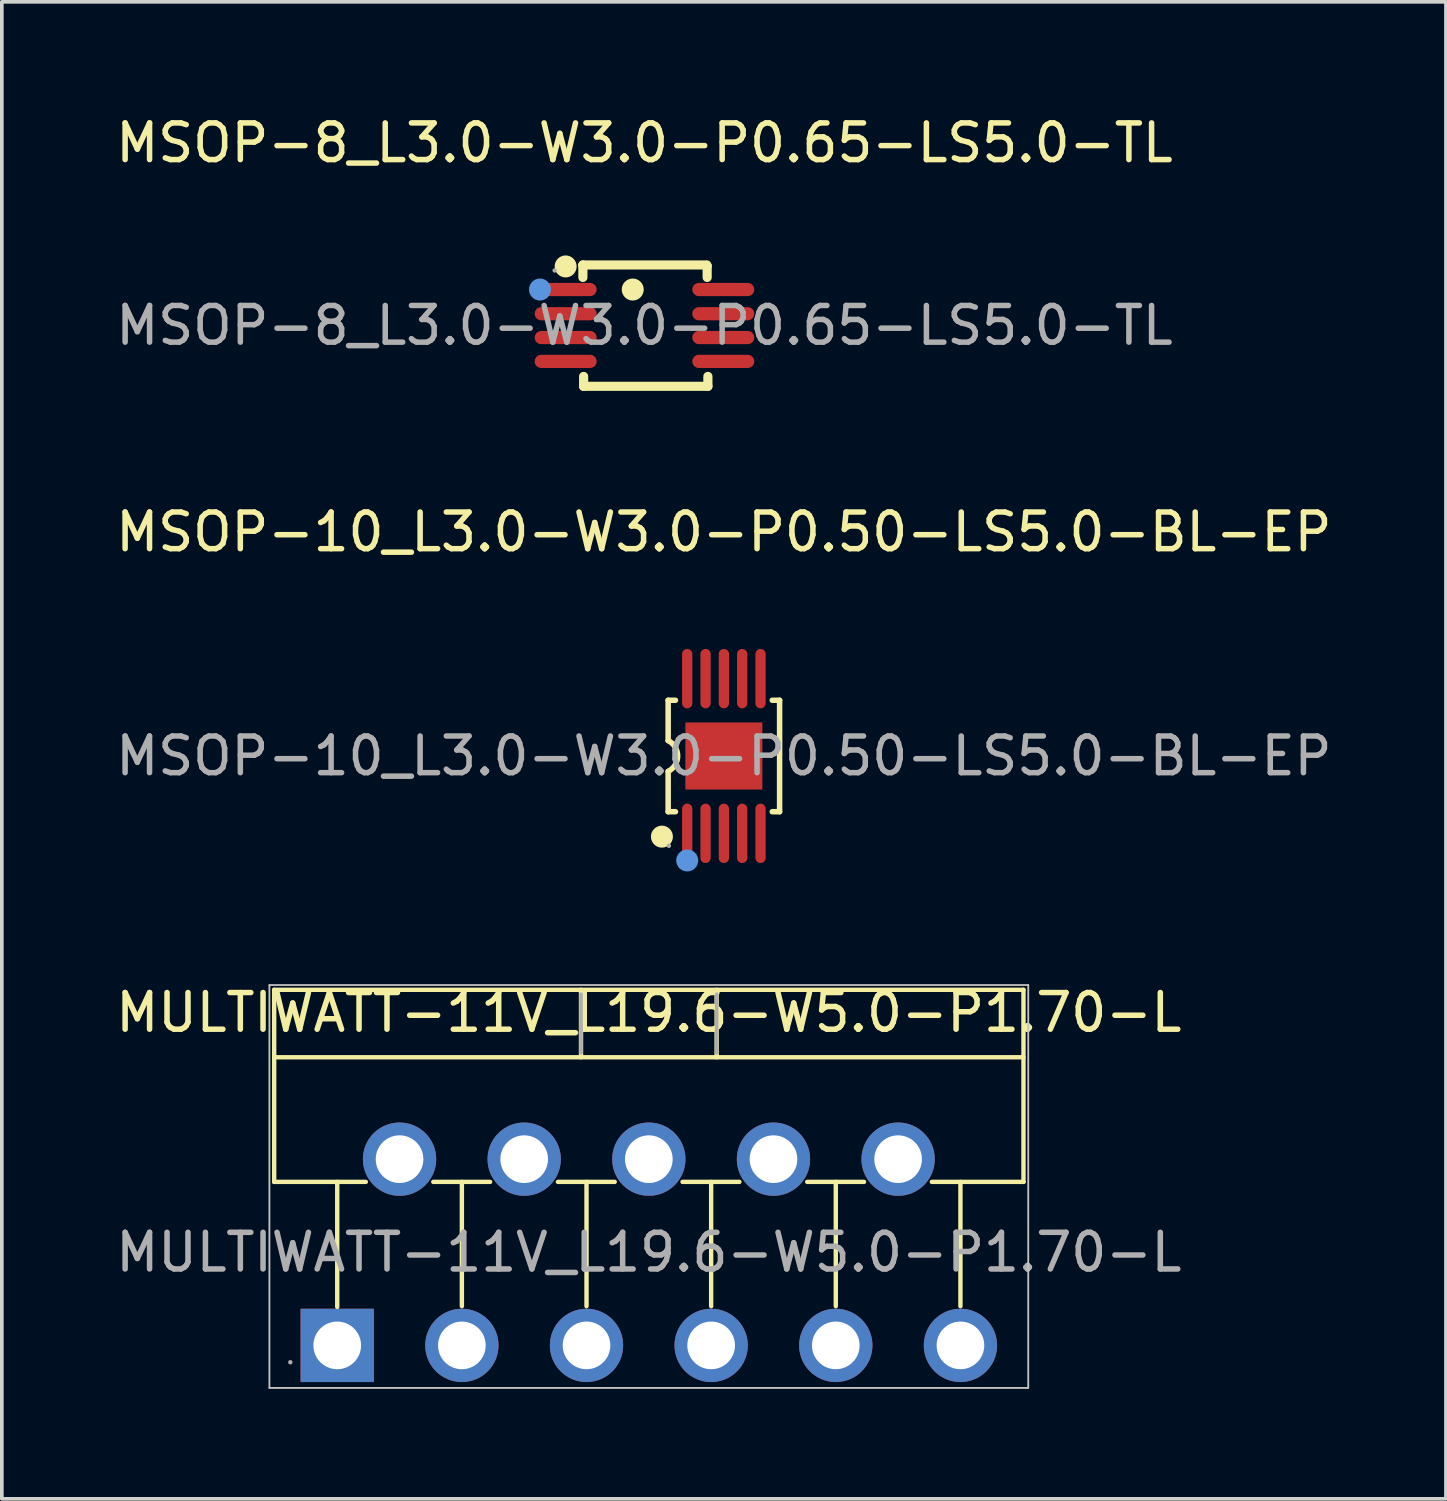
<source format=kicad_pcb>
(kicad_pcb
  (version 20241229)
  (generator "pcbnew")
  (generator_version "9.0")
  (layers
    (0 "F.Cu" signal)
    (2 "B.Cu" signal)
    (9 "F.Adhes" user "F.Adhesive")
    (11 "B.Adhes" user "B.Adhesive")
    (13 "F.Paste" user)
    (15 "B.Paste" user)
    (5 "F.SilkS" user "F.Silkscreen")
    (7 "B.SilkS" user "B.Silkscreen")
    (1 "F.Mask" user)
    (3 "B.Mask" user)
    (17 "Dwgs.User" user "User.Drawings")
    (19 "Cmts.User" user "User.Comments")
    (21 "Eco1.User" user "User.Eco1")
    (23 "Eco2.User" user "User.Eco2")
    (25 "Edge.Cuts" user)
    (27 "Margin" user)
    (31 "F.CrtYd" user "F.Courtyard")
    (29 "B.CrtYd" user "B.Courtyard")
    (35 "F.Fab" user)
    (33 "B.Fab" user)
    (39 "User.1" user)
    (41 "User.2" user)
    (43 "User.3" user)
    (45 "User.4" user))
  (footprint "MSOP-10_L3.0-W3.0-P0.50-LS5.0-BL-EP"
    (layer "F.Cu")
    (at 16.696 17.572)
    (property "Reference" "MSOP-10_L3.0-W3.0-P0.50-LS5.0-BL-EP" (at 0 -6.11 0) (layer "F.SilkS") (effects (font (size 1 1) (thickness 0.15))))
    (attr through_hole)
    (fp_line (start -1.52 -1.52) (end -1.52 -0.42) (stroke (width 0.15) (type solid)) (layer "F.SilkS"))
    (fp_line (start -1.52 1.52) (end -1.52 0.42) (stroke (width 0.15) (type solid)) (layer "F.SilkS"))
    (fp_line (start -1.52 1.52) (end -1.32 1.52) (stroke (width 0.15) (type solid)) (layer "F.SilkS"))
    (fp_line (start -1.32 -1.52) (end -1.52 -1.52) (stroke (width 0.15) (type solid)) (layer "F.SilkS"))
    (fp_line (start 1.32 1.52) (end 1.52 1.52) (stroke (width 0.15) (type solid)) (layer "F.SilkS"))
    (fp_line (start 1.52 -1.52) (end 1.32 -1.52) (stroke (width 0.15) (type solid)) (layer "F.SilkS"))
    (fp_line (start 1.52 1.52) (end 1.52 -1.52) (stroke (width 0.15) (type solid)) (layer "F.SilkS"))
    (fp_arc (start -1.52 -0.42) (mid -1.260427 -0.00086) (end -1.518463 0.419228) (stroke (width 0.15) (type solid)) (layer "F.SilkS"))
    (fp_circle (center -1.69 2.2) (end -1.54 2.2) (stroke (width 0.3) (type solid)) (fill no) (layer "F.SilkS"))
    (fp_circle (center -1 2.85) (end -0.85 2.85) (stroke (width 0.3) (type solid)) (fill no) (layer "Cmts.User"))
    (fp_circle (center -1.5 2.45) (end -1.47 2.45) (stroke (width 0.06) (type solid)) (fill no) (layer "F.Fab"))
    (fp_text user "${REFERENCE}" (at 0 0 0) (layer "F.Fab") (effects (font (size 1 1) (thickness 0.15))))
    (pad "1" smd oval (at -1 2.11) (size 0.28 1.62) (layers "F.Cu" "F.Mask" "F.Paste"))
    (pad "2" smd oval (at -0.5 2.11) (size 0.28 1.62) (layers "F.Cu" "F.Mask" "F.Paste"))
    (pad "3" smd oval (at 0 2.11) (size 0.28 1.62) (layers "F.Cu" "F.Mask" "F.Paste"))
    (pad "4" smd oval (at 0.5 2.11) (size 0.28 1.62) (layers "F.Cu" "F.Mask" "F.Paste"))
    (pad "5" smd oval (at 1 2.11) (size 0.28 1.62) (layers "F.Cu" "F.Mask" "F.Paste"))
    (pad "6" smd oval (at 1 -2.11) (size 0.28 1.62) (layers "F.Cu" "F.Mask" "F.Paste"))
    (pad "7" smd oval (at 0.5 -2.11) (size 0.28 1.62) (layers "F.Cu" "F.Mask" "F.Paste"))
    (pad "8" smd oval (at 0 -2.11) (size 0.28 1.62) (layers "F.Cu" "F.Mask" "F.Paste"))
    (pad "9" smd oval (at -0.5 -2.11) (size 0.28 1.62) (layers "F.Cu" "F.Mask" "F.Paste"))
    (pad "10" smd oval (at -1 -2.11) (size 0.28 1.62) (layers "F.Cu" "F.Mask" "F.Paste"))
    (pad "11" smd rect (at 0 0) (size 2.1 1.83) (layers "F.Cu" "F.Mask" "F.Paste")))
  (footprint "MSOP-8_L3.0-W3.0-P0.65-LS5.0-TL"
    (layer "F.Cu")
    (at 14.53 5.828)
    (property "Reference" "MSOP-8_L3.0-W3.0-P0.65-LS5.0-TL" (at 0 -4.98 0) (layer "F.SilkS") (effects (font (size 1 1) (thickness 0.15))))
    (attr through_hole)
    (fp_line (start -1.68 -1.65) (end -1.68 -1.64) (stroke (width 0.25) (type solid)) (layer "F.SilkS"))
    (fp_line (start -1.68 -1.64) (end -1.68 -1.31) (stroke (width 0.25) (type solid)) (layer "F.SilkS"))
    (fp_line (start -1.66 1.39) (end -1.66 1.66) (stroke (width 0.25) (type solid)) (layer "F.SilkS"))
    (fp_line (start -1.66 1.66) (end 1.73 1.66) (stroke (width 0.25) (type solid)) (layer "F.SilkS"))
    (fp_line (start 1.7 -1.65) (end -1.68 -1.65) (stroke (width 0.25) (type solid)) (layer "F.SilkS"))
    (fp_line (start 1.71 -1.62) (end 1.69 -1.64) (stroke (width 0.25) (type solid)) (layer "F.SilkS"))
    (fp_line (start 1.71 -1.31) (end 1.71 -1.62) (stroke (width 0.25) (type solid)) (layer "F.SilkS"))
    (fp_line (start 1.73 1.66) (end 1.73 1.39) (stroke (width 0.25) (type solid)) (layer "F.SilkS"))
    (fp_circle (center -2.15 -1.61) (end -2 -1.61) (stroke (width 0.3) (type solid)) (fill no) (layer "F.SilkS"))
    (fp_circle (center -0.32 -0.98) (end -0.17 -0.98) (stroke (width 0.3) (type solid)) (fill no) (layer "F.SilkS"))
    (fp_circle (center -2.85 -0.98) (end -2.7 -0.98) (stroke (width 0.3) (type solid)) (fill no) (layer "Cmts.User"))
    (fp_circle (center -2.45 -1.5) (end -2.42 -1.5) (stroke (width 0.06) (type solid)) (fill no) (layer "F.Fab"))
    (fp_text user "${REFERENCE}" (at 0 0 0) (layer "F.Fab") (effects (font (size 1 1) (thickness 0.15))))
    (pad "1" smd oval (at -2.15 -0.98) (size 1.69 0.36) (layers "F.Cu" "F.Mask" "F.Paste"))
    (pad "2" smd oval (at -2.15 -0.32) (size 1.69 0.36) (layers "F.Cu" "F.Mask" "F.Paste"))
    (pad "3" smd oval (at -2.15 0.33) (size 1.69 0.36) (layers "F.Cu" "F.Mask" "F.Paste"))
    (pad "4" smd oval (at -2.15 0.98) (size 1.69 0.36) (layers "F.Cu" "F.Mask" "F.Paste"))
    (pad "5" smd oval (at 2.15 0.98) (size 1.69 0.36) (layers "F.Cu" "F.Mask" "F.Paste"))
    (pad "6" smd oval (at 2.15 0.33) (size 1.69 0.36) (layers "F.Cu" "F.Mask" "F.Paste"))
    (pad "7" smd oval (at 2.15 -0.32) (size 1.69 0.36) (layers "F.Cu" "F.Mask" "F.Paste"))
    (pad "8" smd oval (at 2.15 -0.98) (size 1.69 0.36) (layers "F.Cu" "F.Mask" "F.Paste")))
  (footprint "MULTIWATT-11V_L19.6-W5.0-P1.70-L"
    (layer "F.Cu")
    (at 14.649 31.11)
    (property "Reference" "MULTIWATT-11V_L19.6-W5.0-P1.70-L" (at 0 -6.54 0) (layer "F.SilkS") (effects (font (size 1 1) (thickness 0.15))))
    (attr through_hole)
    (fp_line (start -10.22 -7.16) (end 10.22 -7.16) (stroke (width 0.12) (type solid)) (layer "F.SilkS"))
    (fp_line (start -10.22 -5.32) (end 10.22 -5.32) (stroke (width 0.12) (type solid)) (layer "F.SilkS"))
    (fp_line (start -10.22 -1.92) (end -10.22 -7.16) (stroke (width 0.12) (type solid)) (layer "F.SilkS"))
    (fp_line (start -8.5 -1.92) (end -8.5 1.49) (stroke (width 0.12) (type solid)) (layer "F.SilkS"))
    (fp_line (start -7.72 -1.92) (end -10.22 -1.92) (stroke (width 0.12) (type solid)) (layer "F.SilkS"))
    (fp_line (start -5.88 -1.92) (end -4.33 -1.92) (stroke (width 0.12) (type solid)) (layer "F.SilkS"))
    (fp_line (start -5.1 -1.92) (end -5.1 1.47) (stroke (width 0.12) (type solid)) (layer "F.SilkS"))
    (fp_line (start -2.48 -1.92) (end -0.93 -1.92) (stroke (width 0.12) (type solid)) (layer "F.SilkS"))
    (fp_line (start -1.85 -7.16) (end -1.85 -5.32) (stroke (width 0.12) (type solid)) (layer "F.SilkS"))
    (fp_line (start -1.7 -1.92) (end -1.7 1.47) (stroke (width 0.12) (type solid)) (layer "F.SilkS"))
    (fp_line (start 0.92 -1.92) (end 2.47 -1.92) (stroke (width 0.12) (type solid)) (layer "F.SilkS"))
    (fp_line (start 1.7 -1.92) (end 1.7 1.47) (stroke (width 0.12) (type solid)) (layer "F.SilkS"))
    (fp_line (start 1.85 -7.16) (end 1.85 -5.32) (stroke (width 0.12) (type solid)) (layer "F.SilkS"))
    (fp_line (start 4.32 -1.92) (end 5.87 -1.92) (stroke (width 0.12) (type solid)) (layer "F.SilkS"))
    (fp_line (start 5.1 -1.92) (end 5.1 1.47) (stroke (width 0.12) (type solid)) (layer "F.SilkS"))
    (fp_line (start 8.5 -1.92) (end 8.5 1.47) (stroke (width 0.12) (type solid)) (layer "F.SilkS"))
    (fp_line (start 10.22 -7.16) (end 10.22 -1.92) (stroke (width 0.12) (type solid)) (layer "F.SilkS"))
    (fp_line (start 10.22 -1.92) (end 7.72 -1.92) (stroke (width 0.12) (type solid)) (layer "F.SilkS"))
    (fp_line (start -10.35 -7.29) (end -10.35 3.7) (stroke (width 0.05) (type solid)) (layer "Dwgs.User"))
    (fp_line (start -10.35 3.7) (end 10.35 3.7) (stroke (width 0.05) (type solid)) (layer "Dwgs.User"))
    (fp_line (start 10.35 -7.29) (end -10.35 -7.29) (stroke (width 0.05) (type solid)) (layer "Dwgs.User"))
    (fp_line (start 10.35 3.7) (end 10.35 -7.29) (stroke (width 0.05) (type solid)) (layer "Dwgs.User"))
    (fp_line (start -1.85 -7.04) (end -1.85 -5.44) (stroke (width 0.1) (type solid)) (layer "F.Fab"))
    (fp_line (start 1.85 -7.04) (end 1.85 -5.44) (stroke (width 0.1) (type solid)) (layer "F.Fab"))
    (fp_circle (center -9.78 3) (end -9.75 3) (stroke (width 0.06) (type solid)) (fill no) (layer "F.Fab"))
    (fp_circle (center -8.5 2.54) (end -8.27 2.54) (stroke (width 0.46) (type solid)) (fill no) (layer "F.Fab"))
    (fp_circle (center -6.8 -2.54) (end -6.57 -2.54) (stroke (width 0.46) (type solid)) (fill no) (layer "F.Fab"))
    (fp_circle (center -5.1 2.54) (end -4.87 2.54) (stroke (width 0.46) (type solid)) (fill no) (layer "F.Fab"))
    (fp_circle (center -3.4 -2.54) (end -3.17 -2.54) (stroke (width 0.46) (type solid)) (fill no) (layer "F.Fab"))
    (fp_circle (center -1.7 2.54) (end -1.47 2.54) (stroke (width 0.46) (type solid)) (fill no) (layer "F.Fab"))
    (fp_circle (center 0 -2.54) (end 0.23 -2.54) (stroke (width 0.46) (type solid)) (fill no) (layer "F.Fab"))
    (fp_circle (center 1.7 2.54) (end 1.93 2.54) (stroke (width 0.46) (type solid)) (fill no) (layer "F.Fab"))
    (fp_circle (center 3.4 -2.54) (end 3.63 -2.54) (stroke (width 0.46) (type solid)) (fill no) (layer "F.Fab"))
    (fp_circle (center 5.1 2.54) (end 5.33 2.54) (stroke (width 0.46) (type solid)) (fill no) (layer "F.Fab"))
    (fp_circle (center 6.8 -2.54) (end 7.03 -2.54) (stroke (width 0.46) (type solid)) (fill no) (layer "F.Fab"))
    (fp_circle (center 8.5 2.54) (end 8.73 2.54) (stroke (width 0.46) (type solid)) (fill no) (layer "F.Fab"))
    (fp_text user "${REFERENCE}" (at 0 0 0) (layer "F.Fab") (effects (font (size 1 1) (thickness 0.15))))
    (pad "1" thru_hole rect (at -8.5 2.54) (size 2 2) (drill 1.3) (layers "*.Cu" "*.Paste" "*.Mask"))
    (pad "2" thru_hole circle (at -6.8 -2.54) (size 2 2) (drill 1.3) (layers "*.Cu" "*.Paste" "*.Mask"))
    (pad "3" thru_hole circle (at -5.1 2.54) (size 2 2) (drill 1.3) (layers "*.Cu" "*.Paste" "*.Mask"))
    (pad "4" thru_hole circle (at -3.4 -2.54) (size 2 2) (drill 1.3) (layers "*.Cu" "*.Paste" "*.Mask"))
    (pad "5" thru_hole circle (at -1.7 2.54) (size 2 2) (drill 1.3) (layers "*.Cu" "*.Paste" "*.Mask"))
    (pad "6" thru_hole circle (at 0 -2.54) (size 2 2) (drill 1.3) (layers "*.Cu" "*.Paste" "*.Mask"))
    (pad "7" thru_hole circle (at 1.7 2.54) (size 2 2) (drill 1.3) (layers "*.Cu" "*.Paste" "*.Mask"))
    (pad "8" thru_hole circle (at 3.4 -2.54) (size 2 2) (drill 1.3) (layers "*.Cu" "*.Paste" "*.Mask"))
    (pad "9" thru_hole circle (at 5.1 2.54) (size 2 2) (drill 1.3) (layers "*.Cu" "*.Paste" "*.Mask"))
    (pad "10" thru_hole circle (at 6.8 -2.54) (size 2 2) (drill 1.3) (layers "*.Cu" "*.Paste" "*.Mask"))
    (pad "11" thru_hole circle (at 8.5 2.54) (size 2 2) (drill 1.3) (layers "*.Cu" "*.Paste" "*.Mask")))
  (gr_rect
    (start -3 -3)
    (end 36.393 37.835)
    (stroke (width 0.1) (type default))
    (fill no)
    (layer "Edge.Cuts")))
</source>
